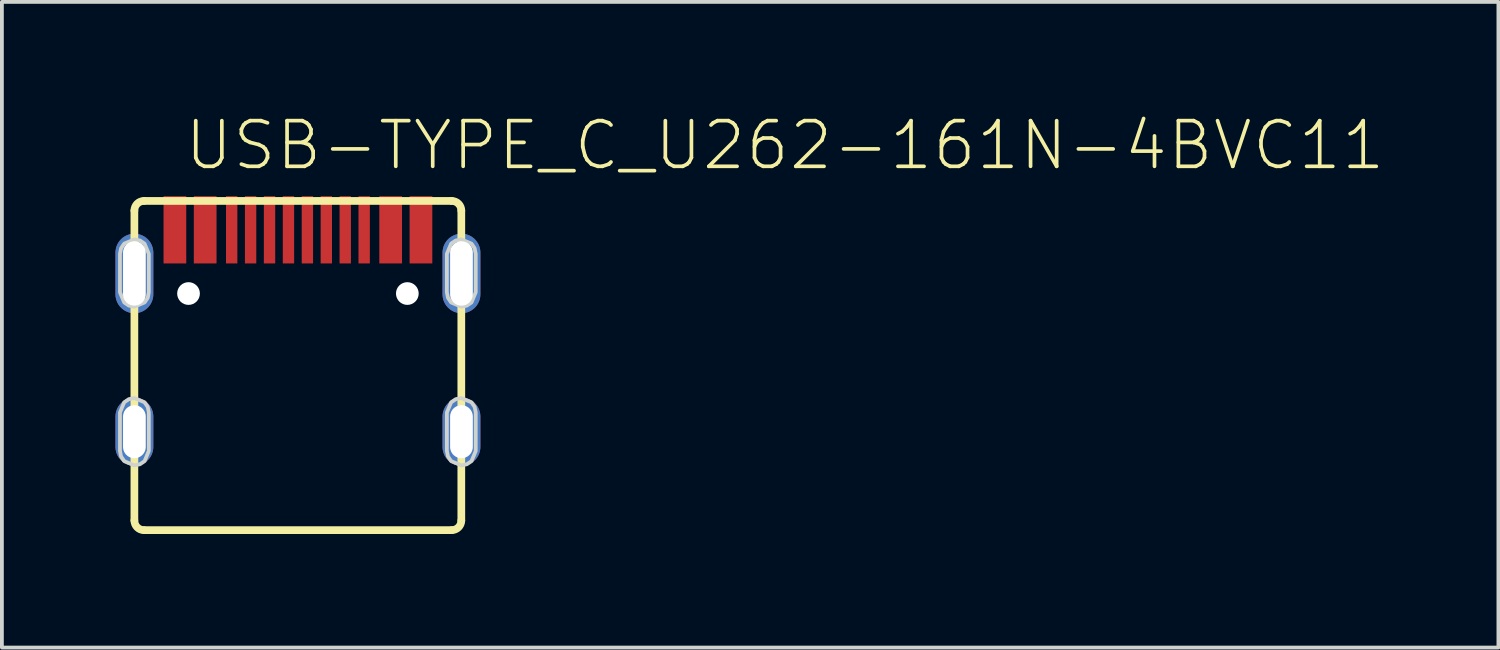
<source format=kicad_pcb>
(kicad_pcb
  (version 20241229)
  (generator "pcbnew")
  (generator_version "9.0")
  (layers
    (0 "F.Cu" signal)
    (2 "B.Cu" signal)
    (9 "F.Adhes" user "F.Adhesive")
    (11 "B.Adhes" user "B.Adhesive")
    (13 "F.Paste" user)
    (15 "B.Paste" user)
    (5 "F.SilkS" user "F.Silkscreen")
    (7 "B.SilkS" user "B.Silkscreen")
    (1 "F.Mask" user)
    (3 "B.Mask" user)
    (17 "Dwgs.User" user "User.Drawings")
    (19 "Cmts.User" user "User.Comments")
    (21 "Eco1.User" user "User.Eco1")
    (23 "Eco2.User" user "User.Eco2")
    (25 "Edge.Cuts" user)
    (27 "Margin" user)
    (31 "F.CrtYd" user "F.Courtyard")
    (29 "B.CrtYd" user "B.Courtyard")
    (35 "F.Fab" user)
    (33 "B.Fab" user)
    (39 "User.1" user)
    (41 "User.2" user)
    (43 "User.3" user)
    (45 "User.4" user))
  (footprint "USB-TYPE_C_U262-161N-4BVC11"
    (layer "F.Cu")
    (at 4.818 8.354)
    (property "Reference" "USB-TYPE_C_U262-161N-4BVC11" (at -3.048 -6.858 0) (layer "F.SilkS") (effects (font (size 1.206 1.206) (thickness 0.097)) (justify left bottom)))
    (attr through_hole)
    (fp_line (start -4.318 -5.842) (end -4.318 2.346) (stroke (width 0.203) (type solid)) (layer "F.SilkS"))
    (fp_line (start -4.064 2.6) (end 4.064 2.6) (stroke (width 0.203) (type solid)) (layer "F.SilkS"))
    (fp_line (start 4.064 -6.096) (end -4.064 -6.096) (stroke (width 0.203) (type solid)) (layer "F.SilkS"))
    (fp_line (start 4.318 2.346) (end 4.318 -5.842) (stroke (width 0.203) (type solid)) (layer "F.SilkS"))
    (fp_arc (start -4.318 -5.842) (mid -4.243605 -6.021605) (end -4.064 -6.096) (stroke (width 0.2032) (type solid)) (layer "F.SilkS"))
    (fp_arc (start -4.064 2.6) (mid -4.243605 2.525605) (end -4.318 2.346) (stroke (width 0.2032) (type solid)) (layer "F.SilkS"))
    (fp_arc (start 4.064 -6.096) (mid 4.243605 -6.021605) (end 4.318 -5.842) (stroke (width 0.2032) (type solid)) (layer "F.SilkS"))
    (fp_arc (start 4.318 2.346) (mid 4.243605 2.525605) (end 4.064 2.6) (stroke (width 0.2032) (type solid)) (layer "F.SilkS"))
    (fp_poly (pts (xy -4.699 -3.683) (xy -4.699 -4.699) (xy -4.67 -4.845) (xy -4.587 -4.968) (xy -4.318 -5.08) (xy -4.172 -5.051) (xy -4.049 -4.968) (xy -3.937 -4.699) (xy -3.937 -3.683) (xy -3.966 -3.537) (xy -4.049 -3.414) (xy -4.318 -3.302) (xy -4.464 -3.331) (xy -4.587 -3.414)) (stroke (width 0.1) (type solid)) (fill no) (layer "Edge.Cuts"))
    (fp_poly (pts (xy -3.937 0.508) (xy -3.937 -0.508) (xy -3.966 -0.654) (xy -4.049 -0.777) (xy -4.318 -0.889) (xy -4.464 -0.86) (xy -4.587 -0.777) (xy -4.699 -0.508) (xy -4.699 0.508) (xy -4.67 0.654) (xy -4.587 0.777) (xy -4.318 0.889) (xy -4.172 0.86) (xy -4.049 0.777)) (stroke (width 0.1) (type solid)) (fill no) (layer "Edge.Cuts"))
    (fp_poly (pts (xy 4.699 -3.683) (xy 4.699 -4.699) (xy 4.67 -4.845) (xy 4.587 -4.968) (xy 4.318 -5.08) (xy 4.172 -5.051) (xy 4.049 -4.968) (xy 3.937 -4.699) (xy 3.937 -3.683) (xy 3.966 -3.537) (xy 4.049 -3.414) (xy 4.318 -3.302) (xy 4.464 -3.331) (xy 4.587 -3.414)) (stroke (width 0.1) (type solid)) (fill no) (layer "Edge.Cuts"))
    (fp_poly (pts (xy 4.699 0.508) (xy 4.699 -0.508) (xy 4.67 -0.654) (xy 4.587 -0.777) (xy 4.318 -0.889) (xy 4.172 -0.86) (xy 4.049 -0.777) (xy 3.937 -0.508) (xy 3.937 0.508) (xy 3.966 0.654) (xy 4.049 0.777) (xy 4.318 0.889) (xy 4.464 0.86) (xy 4.587 0.777)) (stroke (width 0.1) (type solid)) (fill no) (layer "Edge.Cuts"))
    (pad "" np_thru_hole circle (at -2.888 -3.65) (size 0.6 0.6) (drill 0.6) (layers "*.Cu" "*.Mask"))
    (pad "" np_thru_hole circle (at 2.892 -3.65) (size 0.6 0.6) (drill 0.6) (layers "*.Cu" "*.Mask"))
    (pad "1" smd rect (at -3.248 -5.334 90) (size 1.778 0.6) (layers "F.Cu" "F.Mask" "F.Paste"))
    (pad "2" smd rect (at -2.448 -5.334 90) (size 1.778 0.6) (layers "F.Cu" "F.Mask" "F.Paste"))
    (pad "3" smd rect (at -1.748 -5.334 90) (size 1.778 0.3) (layers "F.Cu" "F.Mask" "F.Paste"))
    (pad "4" smd rect (at -1.248 -5.334 90) (size 1.778 0.3) (layers "F.Cu" "F.Mask" "F.Paste"))
    (pad "5" smd rect (at -0.748 -5.334 90) (size 1.778 0.3) (layers "F.Cu" "F.Mask" "F.Paste"))
    (pad "6" smd rect (at -0.248 -5.334 90) (size 1.778 0.3) (layers "F.Cu" "F.Mask" "F.Paste"))
    (pad "7" smd rect (at 0.252 -5.334 90) (size 1.778 0.3) (layers "F.Cu" "F.Mask" "F.Paste"))
    (pad "8" smd rect (at 0.752 -5.334 90) (size 1.778 0.3) (layers "F.Cu" "F.Mask" "F.Paste"))
    (pad "9" smd rect (at 1.252 -5.334 90) (size 1.778 0.3) (layers "F.Cu" "F.Mask" "F.Paste"))
    (pad "10" smd rect (at 1.752 -5.334 90) (size 1.778 0.3) (layers "F.Cu" "F.Mask" "F.Paste"))
    (pad "11" smd rect (at 2.452 -5.334 90) (size 1.778 0.6) (layers "F.Cu" "F.Mask" "F.Paste"))
    (pad "12" smd rect (at 3.252 -5.334 90) (size 1.778 0.6) (layers "F.Cu" "F.Mask" "F.Paste"))
    (pad "P$1" thru_hole oval (at -4.318 0 90) (size 1.8 1) (drill oval 1.4 0.6) (layers "*.Cu" "*.Mask"))
    (pad "P$2" thru_hole oval (at 4.322 0 90) (size 1.8 1) (drill oval 1.4 0.6) (layers "*.Cu" "*.Mask"))
    (pad "P$3" thru_hole oval (at -4.318 -4.18 90) (size 2.1 1) (drill oval 1.7 0.6) (layers "*.Cu" "*.Mask"))
    (pad "P$4" thru_hole oval (at 4.322 -4.18 90) (size 2.1 1) (drill oval 1.7 0.6) (layers "*.Cu" "*.Mask")))
  (gr_rect
    (start -3 -3)
    (end 36.532 14.056)
    (stroke (width 0.1) (type default))
    (fill no)
    (layer "Edge.Cuts")))
</source>
